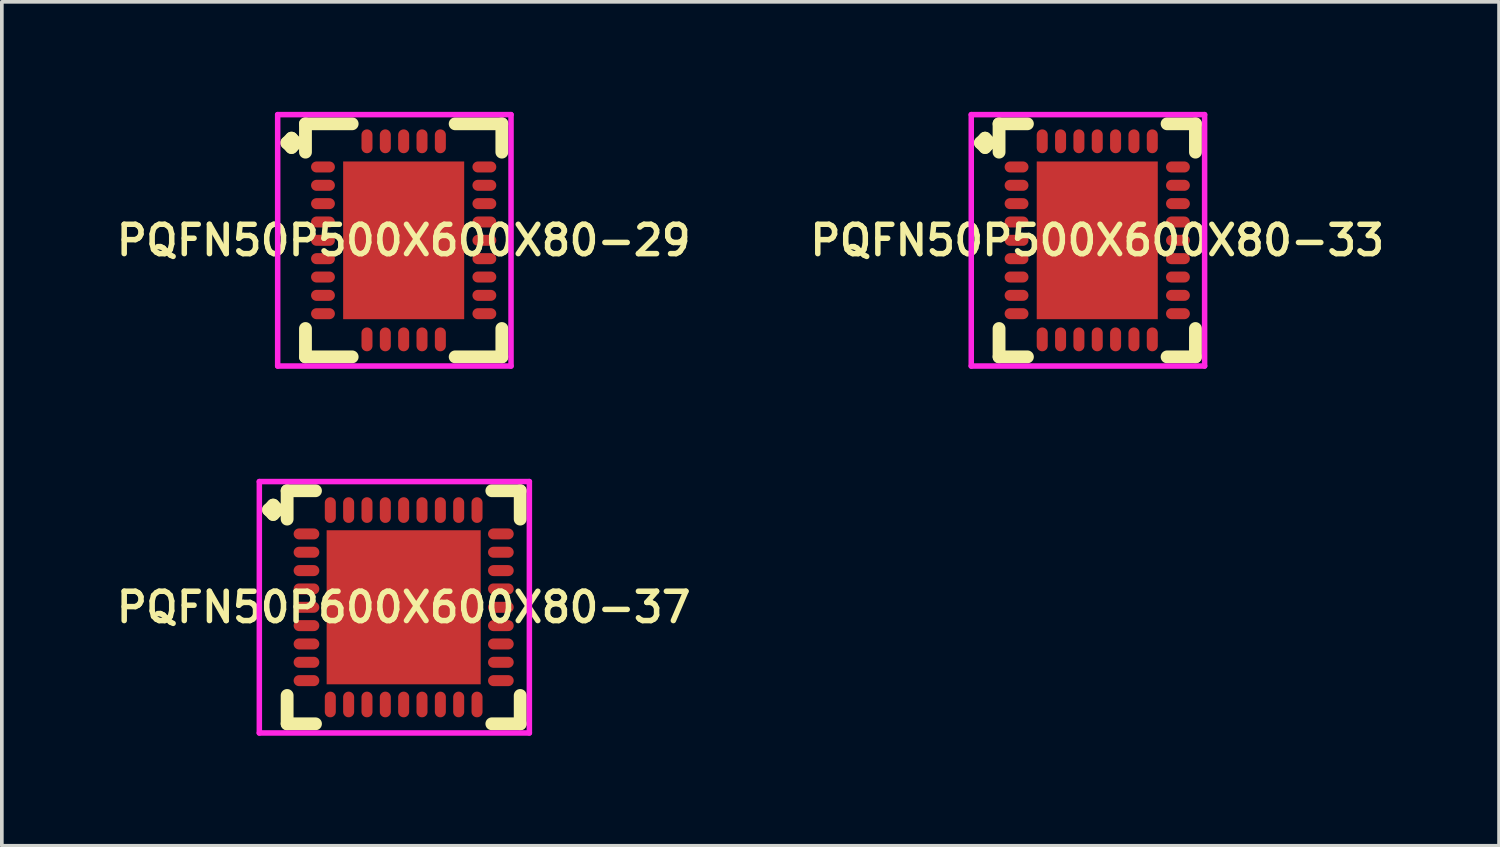
<source format=kicad_pcb>
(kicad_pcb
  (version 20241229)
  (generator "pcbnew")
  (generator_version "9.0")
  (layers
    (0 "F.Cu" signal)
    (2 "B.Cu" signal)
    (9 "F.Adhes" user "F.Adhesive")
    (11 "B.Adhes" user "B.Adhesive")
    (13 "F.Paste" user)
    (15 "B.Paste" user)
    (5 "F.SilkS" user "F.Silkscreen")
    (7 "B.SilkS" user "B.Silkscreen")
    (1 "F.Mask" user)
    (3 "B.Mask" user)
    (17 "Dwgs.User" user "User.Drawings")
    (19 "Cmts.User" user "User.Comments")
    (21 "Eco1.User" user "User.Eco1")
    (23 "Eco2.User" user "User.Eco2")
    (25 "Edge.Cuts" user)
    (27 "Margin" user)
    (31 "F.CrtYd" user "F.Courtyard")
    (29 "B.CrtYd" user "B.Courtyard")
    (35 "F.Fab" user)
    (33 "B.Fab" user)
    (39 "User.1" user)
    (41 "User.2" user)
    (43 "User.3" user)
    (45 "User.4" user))
  (footprint "PQFN50P500X600X80-33"
    (layer "F.Cu")
    (at 26.864 3.502)
    (property "Reference" "PQFN50P500X600X80-33" (at 0 0 0) (layer "F.SilkS") (effects (font (size 0.8 0.8) (thickness 0.15))))
    (attr smd)
    (fp_line (start -3.185 -2.658) (end -3.058 -2.785) (stroke (width 0.35) (type solid)) (layer "F.SilkS"))
    (fp_line (start -3.058 -2.785) (end -2.931 -2.658) (stroke (width 0.35) (type solid)) (layer "F.SilkS"))
    (fp_line (start -3.058 -2.531) (end -3.185 -2.658) (stroke (width 0.35) (type solid)) (layer "F.SilkS"))
    (fp_line (start -2.931 -2.658) (end -3.058 -2.531) (stroke (width 0.35) (type solid)) (layer "F.SilkS"))
    (fp_line (start -2.677 -3.177) (end -1.904 -3.177) (stroke (width 0.35) (type solid)) (layer "F.SilkS"))
    (fp_line (start -2.677 -2.404) (end -2.677 -3.177) (stroke (width 0.35) (type solid)) (layer "F.SilkS"))
    (fp_line (start -2.677 2.404) (end -2.677 3.177) (stroke (width 0.35) (type solid)) (layer "F.SilkS"))
    (fp_line (start -2.677 3.177) (end -1.904 3.177) (stroke (width 0.35) (type solid)) (layer "F.SilkS"))
    (fp_line (start 1.904 -3.177) (end 2.677 -3.177) (stroke (width 0.35) (type solid)) (layer "F.SilkS"))
    (fp_line (start 1.904 3.177) (end 2.677 3.177) (stroke (width 0.35) (type solid)) (layer "F.SilkS"))
    (fp_line (start 2.677 -3.177) (end 2.677 -2.404) (stroke (width 0.35) (type solid)) (layer "F.SilkS"))
    (fp_line (start 2.677 3.177) (end 2.677 2.404) (stroke (width 0.35) (type solid)) (layer "F.SilkS"))
    (fp_line (start -3.435 -3.427) (end 2.927 -3.427) (stroke (width 0.15) (type solid)) (layer "F.CrtYd"))
    (fp_line (start -3.435 3.427) (end -3.435 -3.427) (stroke (width 0.15) (type solid)) (layer "F.CrtYd"))
    (fp_line (start 2.927 -3.427) (end 2.927 3.427) (stroke (width 0.15) (type solid)) (layer "F.CrtYd"))
    (fp_line (start 2.927 3.427) (end -3.435 3.427) (stroke (width 0.15) (type solid)) (layer "F.CrtYd"))
    (pad "1" smd oval (at -2.2 -2) (size 0.65 0.3) (layers "F.Cu" "F.Mask" "F.Paste"))
    (pad "2" smd oval (at -2.2 -1.5) (size 0.65 0.3) (layers "F.Cu" "F.Mask" "F.Paste"))
    (pad "3" smd oval (at -2.2 -1) (size 0.65 0.3) (layers "F.Cu" "F.Mask" "F.Paste"))
    (pad "4" smd oval (at -2.2 -0.5) (size 0.65 0.3) (layers "F.Cu" "F.Mask" "F.Paste"))
    (pad "5" smd oval (at -2.2 0) (size 0.65 0.3) (layers "F.Cu" "F.Mask" "F.Paste"))
    (pad "6" smd oval (at -2.2 0.5) (size 0.65 0.3) (layers "F.Cu" "F.Mask" "F.Paste"))
    (pad "7" smd oval (at -2.2 1) (size 0.65 0.3) (layers "F.Cu" "F.Mask" "F.Paste"))
    (pad "8" smd oval (at -2.2 1.5) (size 0.65 0.3) (layers "F.Cu" "F.Mask" "F.Paste"))
    (pad "9" smd oval (at -2.2 2) (size 0.65 0.3) (layers "F.Cu" "F.Mask" "F.Paste"))
    (pad "10" smd oval (at -1.5 2.7) (size 0.3 0.65) (layers "F.Cu" "F.Mask" "F.Paste"))
    (pad "11" smd oval (at -1 2.7) (size 0.3 0.65) (layers "F.Cu" "F.Mask" "F.Paste"))
    (pad "12" smd oval (at -0.5 2.7) (size 0.3 0.65) (layers "F.Cu" "F.Mask" "F.Paste"))
    (pad "13" smd oval (at 0 2.7) (size 0.3 0.65) (layers "F.Cu" "F.Mask" "F.Paste"))
    (pad "14" smd oval (at 0.5 2.7) (size 0.3 0.65) (layers "F.Cu" "F.Mask" "F.Paste"))
    (pad "15" smd oval (at 1 2.7) (size 0.3 0.65) (layers "F.Cu" "F.Mask" "F.Paste"))
    (pad "16" smd oval (at 1.5 2.7) (size 0.3 0.65) (layers "F.Cu" "F.Mask" "F.Paste"))
    (pad "17" smd oval (at 2.2 2) (size 0.65 0.3) (layers "F.Cu" "F.Mask" "F.Paste"))
    (pad "18" smd oval (at 2.2 1.5) (size 0.65 0.3) (layers "F.Cu" "F.Mask" "F.Paste"))
    (pad "19" smd oval (at 2.2 1) (size 0.65 0.3) (layers "F.Cu" "F.Mask" "F.Paste"))
    (pad "20" smd oval (at 2.2 0.5) (size 0.65 0.3) (layers "F.Cu" "F.Mask" "F.Paste"))
    (pad "21" smd oval (at 2.2 0) (size 0.65 0.3) (layers "F.Cu" "F.Mask" "F.Paste"))
    (pad "22" smd oval (at 2.2 -0.5) (size 0.65 0.3) (layers "F.Cu" "F.Mask" "F.Paste"))
    (pad "23" smd oval (at 2.2 -1) (size 0.65 0.3) (layers "F.Cu" "F.Mask" "F.Paste"))
    (pad "24" smd oval (at 2.2 -1.5) (size 0.65 0.3) (layers "F.Cu" "F.Mask" "F.Paste"))
    (pad "25" smd oval (at 2.2 -2) (size 0.65 0.3) (layers "F.Cu" "F.Mask" "F.Paste"))
    (pad "26" smd oval (at 1.5 -2.7) (size 0.3 0.65) (layers "F.Cu" "F.Mask" "F.Paste"))
    (pad "27" smd oval (at 1 -2.7) (size 0.3 0.65) (layers "F.Cu" "F.Mask" "F.Paste"))
    (pad "28" smd oval (at 0.5 -2.7) (size 0.3 0.65) (layers "F.Cu" "F.Mask" "F.Paste"))
    (pad "29" smd oval (at 0 -2.7) (size 0.3 0.65) (layers "F.Cu" "F.Mask" "F.Paste"))
    (pad "30" smd oval (at -0.5 -2.7) (size 0.3 0.65) (layers "F.Cu" "F.Mask" "F.Paste"))
    (pad "31" smd oval (at -1 -2.7) (size 0.3 0.65) (layers "F.Cu" "F.Mask" "F.Paste"))
    (pad "32" smd oval (at -1.5 -2.7) (size 0.3 0.65) (layers "F.Cu" "F.Mask" "F.Paste"))
    (pad "33" smd rect (at 0 0) (size 3.3 4.3) (layers "F.Cu" "F.Mask" "F.Paste")))
  (footprint "PQFN50P600X600X80-37"
    (layer "F.Cu")
    (at 7.955 13.506)
    (property "Reference" "PQFN50P600X600X80-37" (at 0 0 0) (layer "F.SilkS") (effects (font (size 0.8 0.8) (thickness 0.15))))
    (attr through_hole)
    (fp_line (start -3.685 -2.658) (end -3.558 -2.785) (stroke (width 0.35) (type solid)) (layer "F.SilkS"))
    (fp_line (start -3.558 -2.785) (end -3.431 -2.658) (stroke (width 0.35) (type solid)) (layer "F.SilkS"))
    (fp_line (start -3.558 -2.531) (end -3.685 -2.658) (stroke (width 0.35) (type solid)) (layer "F.SilkS"))
    (fp_line (start -3.431 -2.658) (end -3.558 -2.531) (stroke (width 0.35) (type solid)) (layer "F.SilkS"))
    (fp_line (start -3.177 -3.177) (end -2.404 -3.177) (stroke (width 0.35) (type solid)) (layer "F.SilkS"))
    (fp_line (start -3.177 -2.404) (end -3.177 -3.177) (stroke (width 0.35) (type solid)) (layer "F.SilkS"))
    (fp_line (start -3.177 2.404) (end -3.177 3.177) (stroke (width 0.35) (type solid)) (layer "F.SilkS"))
    (fp_line (start -3.177 3.177) (end -2.404 3.177) (stroke (width 0.35) (type solid)) (layer "F.SilkS"))
    (fp_line (start 2.404 -3.177) (end 3.177 -3.177) (stroke (width 0.35) (type solid)) (layer "F.SilkS"))
    (fp_line (start 2.404 3.177) (end 3.177 3.177) (stroke (width 0.35) (type solid)) (layer "F.SilkS"))
    (fp_line (start 3.177 -3.177) (end 3.177 -2.404) (stroke (width 0.35) (type solid)) (layer "F.SilkS"))
    (fp_line (start 3.177 3.177) (end 3.177 2.404) (stroke (width 0.35) (type solid)) (layer "F.SilkS"))
    (fp_line (start -3.935 -3.427) (end 3.427 -3.427) (stroke (width 0.15) (type solid)) (layer "F.CrtYd"))
    (fp_line (start -3.935 3.427) (end -3.935 -3.427) (stroke (width 0.15) (type solid)) (layer "F.CrtYd"))
    (fp_line (start 3.427 -3.427) (end 3.427 3.427) (stroke (width 0.15) (type solid)) (layer "F.CrtYd"))
    (fp_line (start 3.427 3.427) (end -3.935 3.427) (stroke (width 0.15) (type solid)) (layer "F.CrtYd"))
    (pad "1" smd oval (at -2.65 -2) (size 0.7 0.3) (layers "F.Cu" "F.Mask" "F.Paste"))
    (pad "2" smd oval (at -2.65 -1.5) (size 0.7 0.3) (layers "F.Cu" "F.Mask" "F.Paste"))
    (pad "3" smd oval (at -2.65 -1) (size 0.7 0.3) (layers "F.Cu" "F.Mask" "F.Paste"))
    (pad "4" smd oval (at -2.65 -0.5) (size 0.7 0.3) (layers "F.Cu" "F.Mask" "F.Paste"))
    (pad "5" smd oval (at -2.65 0) (size 0.7 0.3) (layers "F.Cu" "F.Mask" "F.Paste"))
    (pad "6" smd oval (at -2.65 0.5) (size 0.7 0.3) (layers "F.Cu" "F.Mask" "F.Paste"))
    (pad "7" smd oval (at -2.65 1) (size 0.7 0.3) (layers "F.Cu" "F.Mask" "F.Paste"))
    (pad "8" smd oval (at -2.65 1.5) (size 0.7 0.3) (layers "F.Cu" "F.Mask" "F.Paste"))
    (pad "9" smd oval (at -2.65 2) (size 0.7 0.3) (layers "F.Cu" "F.Mask" "F.Paste"))
    (pad "10" smd oval (at -2 2.65) (size 0.3 0.7) (layers "F.Cu" "F.Mask" "F.Paste"))
    (pad "11" smd oval (at -1.5 2.65) (size 0.3 0.7) (layers "F.Cu" "F.Mask" "F.Paste"))
    (pad "12" smd oval (at -1 2.65) (size 0.3 0.7) (layers "F.Cu" "F.Mask" "F.Paste"))
    (pad "13" smd oval (at -0.5 2.65) (size 0.3 0.7) (layers "F.Cu" "F.Mask" "F.Paste"))
    (pad "14" smd oval (at 0 2.65) (size 0.3 0.7) (layers "F.Cu" "F.Mask" "F.Paste"))
    (pad "15" smd oval (at 0.5 2.65) (size 0.3 0.7) (layers "F.Cu" "F.Mask" "F.Paste"))
    (pad "16" smd oval (at 1 2.65) (size 0.3 0.7) (layers "F.Cu" "F.Mask" "F.Paste"))
    (pad "17" smd oval (at 1.5 2.65) (size 0.3 0.7) (layers "F.Cu" "F.Mask" "F.Paste"))
    (pad "18" smd oval (at 2 2.65) (size 0.3 0.7) (layers "F.Cu" "F.Mask" "F.Paste"))
    (pad "19" smd oval (at 2.65 2) (size 0.7 0.3) (layers "F.Cu" "F.Mask" "F.Paste"))
    (pad "20" smd oval (at 2.65 1.5) (size 0.7 0.3) (layers "F.Cu" "F.Mask" "F.Paste"))
    (pad "21" smd oval (at 2.65 1) (size 0.7 0.3) (layers "F.Cu" "F.Mask" "F.Paste"))
    (pad "22" smd oval (at 2.65 0.5) (size 0.7 0.3) (layers "F.Cu" "F.Mask" "F.Paste"))
    (pad "23" smd oval (at 2.65 0) (size 0.7 0.3) (layers "F.Cu" "F.Mask" "F.Paste"))
    (pad "24" smd oval (at 2.65 -0.5) (size 0.7 0.3) (layers "F.Cu" "F.Mask" "F.Paste"))
    (pad "25" smd oval (at 2.65 -1) (size 0.7 0.3) (layers "F.Cu" "F.Mask" "F.Paste"))
    (pad "26" smd oval (at 2.65 -1.5) (size 0.7 0.3) (layers "F.Cu" "F.Mask" "F.Paste"))
    (pad "27" smd oval (at 2.65 -2) (size 0.7 0.3) (layers "F.Cu" "F.Mask" "F.Paste"))
    (pad "28" smd oval (at 2 -2.65) (size 0.3 0.7) (layers "F.Cu" "F.Mask" "F.Paste"))
    (pad "29" smd oval (at 1.5 -2.65) (size 0.3 0.7) (layers "F.Cu" "F.Mask" "F.Paste"))
    (pad "30" smd oval (at 1 -2.65) (size 0.3 0.7) (layers "F.Cu" "F.Mask" "F.Paste"))
    (pad "31" smd oval (at 0.5 -2.65) (size 0.3 0.7) (layers "F.Cu" "F.Mask" "F.Paste"))
    (pad "32" smd oval (at 0 -2.65) (size 0.3 0.7) (layers "F.Cu" "F.Mask" "F.Paste"))
    (pad "33" smd oval (at -0.5 -2.65) (size 0.3 0.7) (layers "F.Cu" "F.Mask" "F.Paste"))
    (pad "34" smd oval (at -1 -2.65) (size 0.3 0.7) (layers "F.Cu" "F.Mask" "F.Paste"))
    (pad "35" smd oval (at -1.5 -2.65) (size 0.3 0.7) (layers "F.Cu" "F.Mask" "F.Paste"))
    (pad "36" smd oval (at -2 -2.65) (size 0.3 0.7) (layers "F.Cu" "F.Mask" "F.Paste"))
    (pad "37" smd rect (at 0 0) (size 4.2 4.2) (layers "F.Cu" "F.Mask" "F.Paste")))
  (footprint "PQFN50P500X600X80-29"
    (layer "F.Cu")
    (at 7.955 3.502)
    (property "Reference" "PQFN50P500X600X80-29" (at 0 0 0) (layer "F.SilkS") (effects (font (size 0.8 0.8) (thickness 0.15))))
    (attr smd)
    (fp_line (start -3.185 -2.658) (end -3.058 -2.785) (stroke (width 0.35) (type solid)) (layer "F.SilkS"))
    (fp_line (start -3.058 -2.785) (end -2.931 -2.658) (stroke (width 0.35) (type solid)) (layer "F.SilkS"))
    (fp_line (start -3.058 -2.531) (end -3.185 -2.658) (stroke (width 0.35) (type solid)) (layer "F.SilkS"))
    (fp_line (start -2.931 -2.658) (end -3.058 -2.531) (stroke (width 0.35) (type solid)) (layer "F.SilkS"))
    (fp_line (start -2.677 -3.177) (end -1.404 -3.177) (stroke (width 0.35) (type solid)) (layer "F.SilkS"))
    (fp_line (start -2.677 -2.404) (end -2.677 -3.177) (stroke (width 0.35) (type solid)) (layer "F.SilkS"))
    (fp_line (start -2.677 2.404) (end -2.677 3.177) (stroke (width 0.35) (type solid)) (layer "F.SilkS"))
    (fp_line (start -2.677 3.177) (end -1.404 3.177) (stroke (width 0.35) (type solid)) (layer "F.SilkS"))
    (fp_line (start 1.404 -3.177) (end 2.677 -3.177) (stroke (width 0.35) (type solid)) (layer "F.SilkS"))
    (fp_line (start 1.404 3.177) (end 2.677 3.177) (stroke (width 0.35) (type solid)) (layer "F.SilkS"))
    (fp_line (start 2.677 -3.177) (end 2.677 -2.404) (stroke (width 0.35) (type solid)) (layer "F.SilkS"))
    (fp_line (start 2.677 3.177) (end 2.677 2.404) (stroke (width 0.35) (type solid)) (layer "F.SilkS"))
    (fp_line (start -3.435 -3.427) (end 2.927 -3.427) (stroke (width 0.15) (type solid)) (layer "F.CrtYd"))
    (fp_line (start -3.435 3.427) (end -3.435 -3.427) (stroke (width 0.15) (type solid)) (layer "F.CrtYd"))
    (fp_line (start 2.927 -3.427) (end 2.927 3.427) (stroke (width 0.15) (type solid)) (layer "F.CrtYd"))
    (fp_line (start 2.927 3.427) (end -3.435 3.427) (stroke (width 0.15) (type solid)) (layer "F.CrtYd"))
    (pad "1" smd oval (at -2.2 -2) (size 0.65 0.3) (layers "F.Cu" "F.Mask" "F.Paste"))
    (pad "2" smd oval (at -2.2 -1.5) (size 0.65 0.3) (layers "F.Cu" "F.Mask" "F.Paste"))
    (pad "3" smd oval (at -2.2 -1) (size 0.65 0.3) (layers "F.Cu" "F.Mask" "F.Paste"))
    (pad "4" smd oval (at -2.2 -0.5) (size 0.65 0.3) (layers "F.Cu" "F.Mask" "F.Paste"))
    (pad "5" smd oval (at -2.2 0) (size 0.65 0.3) (layers "F.Cu" "F.Mask" "F.Paste"))
    (pad "6" smd oval (at -2.2 0.5) (size 0.65 0.3) (layers "F.Cu" "F.Mask" "F.Paste"))
    (pad "7" smd oval (at -2.2 1) (size 0.65 0.3) (layers "F.Cu" "F.Mask" "F.Paste"))
    (pad "8" smd oval (at -2.2 1.5) (size 0.65 0.3) (layers "F.Cu" "F.Mask" "F.Paste"))
    (pad "9" smd oval (at -2.2 2) (size 0.65 0.3) (layers "F.Cu" "F.Mask" "F.Paste"))
    (pad "10" smd oval (at -1 2.7) (size 0.3 0.65) (layers "F.Cu" "F.Mask" "F.Paste"))
    (pad "11" smd oval (at -0.5 2.7) (size 0.3 0.65) (layers "F.Cu" "F.Mask" "F.Paste"))
    (pad "12" smd oval (at 0 2.7) (size 0.3 0.65) (layers "F.Cu" "F.Mask" "F.Paste"))
    (pad "13" smd oval (at 0.5 2.7) (size 0.3 0.65) (layers "F.Cu" "F.Mask" "F.Paste"))
    (pad "14" smd oval (at 1 2.7) (size 0.3 0.65) (layers "F.Cu" "F.Mask" "F.Paste"))
    (pad "15" smd oval (at 2.2 2) (size 0.65 0.3) (layers "F.Cu" "F.Mask" "F.Paste"))
    (pad "16" smd oval (at 2.2 1.5) (size 0.65 0.3) (layers "F.Cu" "F.Mask" "F.Paste"))
    (pad "17" smd oval (at 2.2 1) (size 0.65 0.3) (layers "F.Cu" "F.Mask" "F.Paste"))
    (pad "18" smd oval (at 2.2 0.5) (size 0.65 0.3) (layers "F.Cu" "F.Mask" "F.Paste"))
    (pad "19" smd oval (at 2.2 0) (size 0.65 0.3) (layers "F.Cu" "F.Mask" "F.Paste"))
    (pad "20" smd oval (at 2.2 -0.5) (size 0.65 0.3) (layers "F.Cu" "F.Mask" "F.Paste"))
    (pad "21" smd oval (at 2.2 -1) (size 0.65 0.3) (layers "F.Cu" "F.Mask" "F.Paste"))
    (pad "22" smd oval (at 2.2 -1.5) (size 0.65 0.3) (layers "F.Cu" "F.Mask" "F.Paste"))
    (pad "23" smd oval (at 2.2 -2) (size 0.65 0.3) (layers "F.Cu" "F.Mask" "F.Paste"))
    (pad "24" smd oval (at 1 -2.7) (size 0.3 0.65) (layers "F.Cu" "F.Mask" "F.Paste"))
    (pad "25" smd oval (at 0.5 -2.7) (size 0.3 0.65) (layers "F.Cu" "F.Mask" "F.Paste"))
    (pad "26" smd oval (at 0 -2.7) (size 0.3 0.65) (layers "F.Cu" "F.Mask" "F.Paste"))
    (pad "27" smd oval (at -0.5 -2.7) (size 0.3 0.65) (layers "F.Cu" "F.Mask" "F.Paste"))
    (pad "28" smd oval (at -1 -2.7) (size 0.3 0.65) (layers "F.Cu" "F.Mask" "F.Paste"))
    (pad "29" smd rect (at 0 0) (size 3.3 4.3) (layers "F.Cu" "F.Mask" "F.Paste")))
  (gr_rect
    (start -3 -3)
    (end 37.818 20.008)
    (stroke (width 0.1) (type default))
    (fill no)
    (layer "Edge.Cuts")))
</source>
